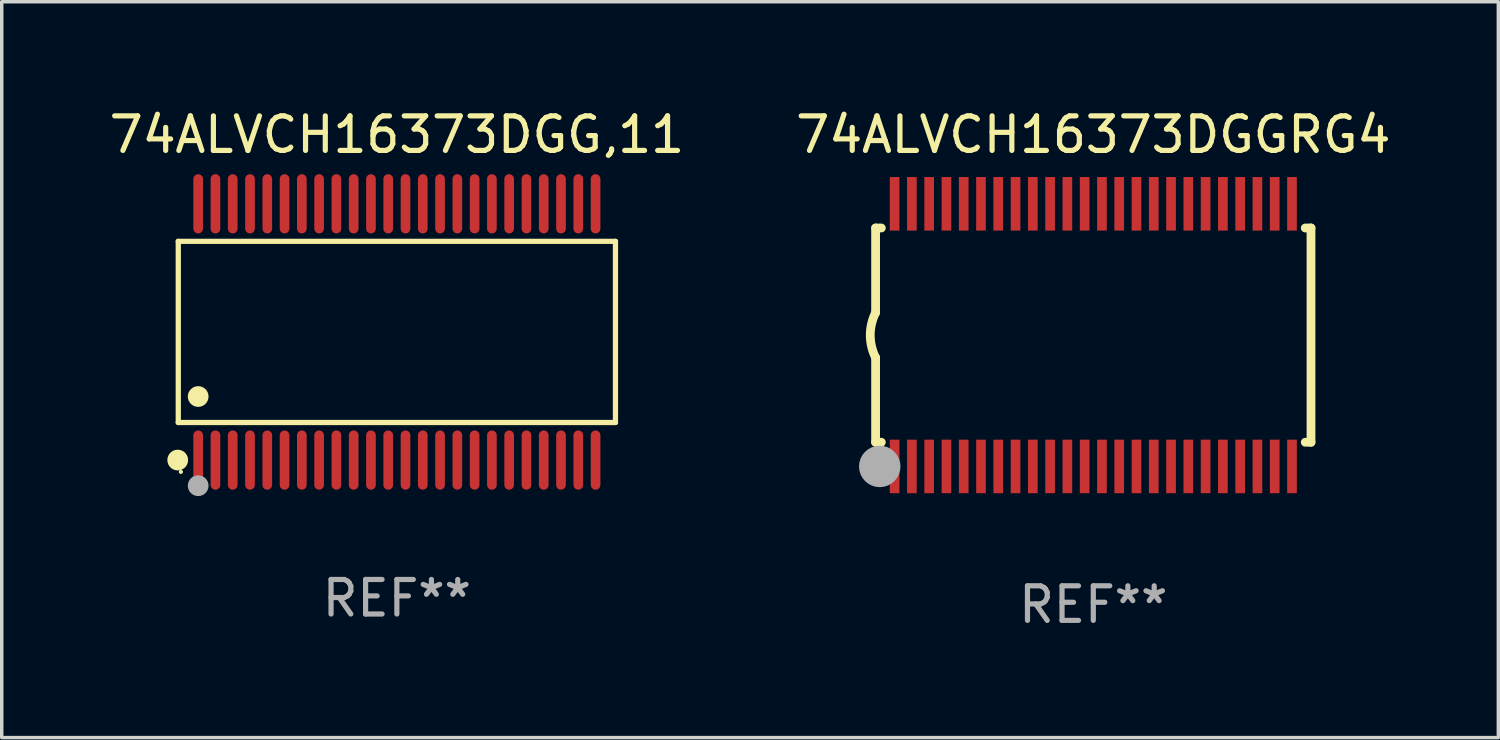
<source format=kicad_pcb>
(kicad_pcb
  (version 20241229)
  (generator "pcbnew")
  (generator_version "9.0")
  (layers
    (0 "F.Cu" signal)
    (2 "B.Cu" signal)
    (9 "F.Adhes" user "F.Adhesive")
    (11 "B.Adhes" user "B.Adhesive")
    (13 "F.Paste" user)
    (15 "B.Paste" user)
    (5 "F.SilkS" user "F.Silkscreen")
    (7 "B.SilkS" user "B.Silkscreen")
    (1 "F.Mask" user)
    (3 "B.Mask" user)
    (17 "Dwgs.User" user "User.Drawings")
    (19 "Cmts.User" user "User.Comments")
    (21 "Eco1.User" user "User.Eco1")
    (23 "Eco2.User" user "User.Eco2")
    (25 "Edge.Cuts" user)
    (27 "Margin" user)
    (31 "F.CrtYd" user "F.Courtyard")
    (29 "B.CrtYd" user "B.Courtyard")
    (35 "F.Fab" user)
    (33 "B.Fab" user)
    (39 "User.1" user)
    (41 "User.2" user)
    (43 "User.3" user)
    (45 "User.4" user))
  (footprint "74ALVCH16373DGGRG4"
    (layer "F.Cu")
    (at 28.589 6.648)
    (property "Reference" "74ALVCH16373DGGRG4" (at 0 -5.8 0) (layer "F.SilkS") (effects (font (size 1 1) (thickness 0.15))))
    (attr through_hole)
    (fp_line (start -6.3 -3.1) (end -6.3 -0.65) (stroke (width 0.254) (type solid)) (layer "F.SilkS"))
    (fp_line (start -6.3 -3.1) (end -6.134 -3.1) (stroke (width 0.254) (type solid)) (layer "F.SilkS"))
    (fp_line (start -6.3 3.1) (end -6.3 0.65) (stroke (width 0.254) (type solid)) (layer "F.SilkS"))
    (fp_line (start -6.3 3.1) (end -6.134 3.1) (stroke (width 0.254) (type solid)) (layer "F.SilkS"))
    (fp_line (start 6.134 -3.1) (end 6.3 -3.1) (stroke (width 0.254) (type solid)) (layer "F.SilkS"))
    (fp_line (start 6.134 3.1) (end 6.3 3.1) (stroke (width 0.254) (type solid)) (layer "F.SilkS"))
    (fp_line (start 6.3 -3.1) (end 6.3 3.1) (stroke (width 0.254) (type solid)) (layer "F.SilkS"))
    (fp_arc (start -6.301016 0.650114) (mid -6.45413 -0.000082) (end -6.3 -0.650038) (stroke (width 0.254001) (type solid)) (layer "F.SilkS"))
    (fp_circle (center -6.35 3.81) (end -6.223 3.81) (stroke (width 0.254) (type solid)) (fill no) (layer "F.SilkS"))
    (fp_circle (center -6.25 4.05) (end -6.22 4.05) (stroke (width 0.06) (type solid)) (fill no) (layer "F.SilkS"))
    (fp_circle (center -6.18 3.8) (end -5.88 3.8) (stroke (width 0.6) (type solid)) (fill no) (layer "F.Fab"))
    (fp_text user "REF**" (at 0 7.8 0) (layer "F.Fab") (effects (font (size 1 1) (thickness 0.15))))
    (pad "1" smd rect (at -5.75 3.8) (size 0.28 1.55) (layers "F.Cu" "F.Mask" "F.Paste"))
    (pad "2" smd rect (at -5.25 3.8) (size 0.28 1.55) (layers "F.Cu" "F.Mask" "F.Paste"))
    (pad "3" smd rect (at -4.75 3.8) (size 0.28 1.55) (layers "F.Cu" "F.Mask" "F.Paste"))
    (pad "4" smd rect (at -4.25 3.8) (size 0.28 1.55) (layers "F.Cu" "F.Mask" "F.Paste"))
    (pad "5" smd rect (at -3.75 3.8) (size 0.28 1.55) (layers "F.Cu" "F.Mask" "F.Paste"))
    (pad "6" smd rect (at -3.25 3.8) (size 0.28 1.55) (layers "F.Cu" "F.Mask" "F.Paste"))
    (pad "7" smd rect (at -2.75 3.8) (size 0.28 1.55) (layers "F.Cu" "F.Mask" "F.Paste"))
    (pad "8" smd rect (at -2.25 3.8) (size 0.28 1.55) (layers "F.Cu" "F.Mask" "F.Paste"))
    (pad "9" smd rect (at -1.75 3.8) (size 0.28 1.55) (layers "F.Cu" "F.Mask" "F.Paste"))
    (pad "10" smd rect (at -1.25 3.8) (size 0.28 1.55) (layers "F.Cu" "F.Mask" "F.Paste"))
    (pad "11" smd rect (at -0.75 3.8) (size 0.28 1.55) (layers "F.Cu" "F.Mask" "F.Paste"))
    (pad "12" smd rect (at -0.25 3.8) (size 0.28 1.55) (layers "F.Cu" "F.Mask" "F.Paste"))
    (pad "13" smd rect (at 0.25 3.8) (size 0.28 1.55) (layers "F.Cu" "F.Mask" "F.Paste"))
    (pad "14" smd rect (at 0.75 3.8) (size 0.28 1.55) (layers "F.Cu" "F.Mask" "F.Paste"))
    (pad "15" smd rect (at 1.25 3.8) (size 0.28 1.55) (layers "F.Cu" "F.Mask" "F.Paste"))
    (pad "16" smd rect (at 1.75 3.8) (size 0.28 1.55) (layers "F.Cu" "F.Mask" "F.Paste"))
    (pad "17" smd rect (at 2.25 3.8) (size 0.28 1.55) (layers "F.Cu" "F.Mask" "F.Paste"))
    (pad "18" smd rect (at 2.75 3.8) (size 0.28 1.55) (layers "F.Cu" "F.Mask" "F.Paste"))
    (pad "19" smd rect (at 3.25 3.8) (size 0.28 1.55) (layers "F.Cu" "F.Mask" "F.Paste"))
    (pad "20" smd rect (at 3.75 3.8) (size 0.28 1.55) (layers "F.Cu" "F.Mask" "F.Paste"))
    (pad "21" smd rect (at 4.25 3.8) (size 0.28 1.55) (layers "F.Cu" "F.Mask" "F.Paste"))
    (pad "22" smd rect (at 4.75 3.8) (size 0.28 1.55) (layers "F.Cu" "F.Mask" "F.Paste"))
    (pad "23" smd rect (at 5.25 3.8) (size 0.28 1.55) (layers "F.Cu" "F.Mask" "F.Paste"))
    (pad "24" smd rect (at 5.75 3.8) (size 0.28 1.55) (layers "F.Cu" "F.Mask" "F.Paste"))
    (pad "25" smd rect (at 5.75 -3.8) (size 0.28 1.55) (layers "F.Cu" "F.Mask" "F.Paste"))
    (pad "26" smd rect (at 5.25 -3.8) (size 0.28 1.55) (layers "F.Cu" "F.Mask" "F.Paste"))
    (pad "27" smd rect (at 4.75 -3.8) (size 0.28 1.55) (layers "F.Cu" "F.Mask" "F.Paste"))
    (pad "28" smd rect (at 4.25 -3.8) (size 0.28 1.55) (layers "F.Cu" "F.Mask" "F.Paste"))
    (pad "29" smd rect (at 3.75 -3.8) (size 0.28 1.55) (layers "F.Cu" "F.Mask" "F.Paste"))
    (pad "30" smd rect (at 3.25 -3.8) (size 0.28 1.55) (layers "F.Cu" "F.Mask" "F.Paste"))
    (pad "31" smd rect (at 2.75 -3.8) (size 0.28 1.55) (layers "F.Cu" "F.Mask" "F.Paste"))
    (pad "32" smd rect (at 2.25 -3.8) (size 0.28 1.55) (layers "F.Cu" "F.Mask" "F.Paste"))
    (pad "33" smd rect (at 1.75 -3.8) (size 0.28 1.55) (layers "F.Cu" "F.Mask" "F.Paste"))
    (pad "34" smd rect (at 1.25 -3.8) (size 0.28 1.55) (layers "F.Cu" "F.Mask" "F.Paste"))
    (pad "35" smd rect (at 0.75 -3.8) (size 0.28 1.55) (layers "F.Cu" "F.Mask" "F.Paste"))
    (pad "36" smd rect (at 0.25 -3.8) (size 0.28 1.55) (layers "F.Cu" "F.Mask" "F.Paste"))
    (pad "37" smd rect (at -0.25 -3.8) (size 0.28 1.55) (layers "F.Cu" "F.Mask" "F.Paste"))
    (pad "38" smd rect (at -0.75 -3.8) (size 0.28 1.55) (layers "F.Cu" "F.Mask" "F.Paste"))
    (pad "39" smd rect (at -1.25 -3.8) (size 0.28 1.55) (layers "F.Cu" "F.Mask" "F.Paste"))
    (pad "40" smd rect (at -1.75 -3.8) (size 0.28 1.55) (layers "F.Cu" "F.Mask" "F.Paste"))
    (pad "41" smd rect (at -2.25 -3.8) (size 0.28 1.55) (layers "F.Cu" "F.Mask" "F.Paste"))
    (pad "42" smd rect (at -2.75 -3.8) (size 0.28 1.55) (layers "F.Cu" "F.Mask" "F.Paste"))
    (pad "43" smd rect (at -3.25 -3.8) (size 0.28 1.55) (layers "F.Cu" "F.Mask" "F.Paste"))
    (pad "44" smd rect (at -3.75 -3.8) (size 0.28 1.55) (layers "F.Cu" "F.Mask" "F.Paste"))
    (pad "45" smd rect (at -4.25 -3.8) (size 0.28 1.55) (layers "F.Cu" "F.Mask" "F.Paste"))
    (pad "46" smd rect (at -4.75 -3.8) (size 0.28 1.55) (layers "F.Cu" "F.Mask" "F.Paste"))
    (pad "47" smd rect (at -5.25 -3.8) (size 0.28 1.55) (layers "F.Cu" "F.Mask" "F.Paste"))
    (pad "48" smd rect (at -5.75 -3.8) (size 0.28 1.55) (layers "F.Cu" "F.Mask" "F.Paste")))
  (footprint "74ALVCH16373DGG,11"
    (layer "F.Cu")
    (at 8.435 6.556)
    (property "Reference" "74ALVCH16373DGG,11" (at 0 -5.708 0) (layer "F.SilkS") (effects (font (size 1 1) (thickness 0.15))))
    (attr through_hole)
    (fp_line (start -6.326 -2.622) (end 6.326 -2.622) (stroke (width 0.152) (type solid)) (layer "F.SilkS"))
    (fp_line (start -6.326 2.621) (end -6.326 -2.622) (stroke (width 0.152) (type solid)) (layer "F.SilkS"))
    (fp_line (start 6.326 -2.622) (end 6.326 2.621) (stroke (width 0.152) (type solid)) (layer "F.SilkS"))
    (fp_line (start 6.326 2.621) (end -6.326 2.621) (stroke (width 0.152) (type solid)) (layer "F.SilkS"))
    (fp_circle (center -6.342 3.708) (end -6.192 3.708) (stroke (width 0.3) (type solid)) (fill no) (layer "F.SilkS"))
    (fp_circle (center -6.25 4.05) (end -6.22 4.05) (stroke (width 0.06) (type solid)) (fill no) (layer "F.SilkS"))
    (fp_circle (center -5.75 1.869) (end -5.6 1.869) (stroke (width 0.3) (type solid)) (fill no) (layer "F.SilkS"))
    (fp_circle (center -5.75 4.45) (end -5.6 4.45) (stroke (width 0.3) (type solid)) (fill no) (layer "F.Fab"))
    (fp_text user "REF**" (at 0 7.708 0) (layer "F.Fab") (effects (font (size 1 1) (thickness 0.15))))
    (pad "1" smd oval (at -5.75 3.708) (size 0.28 1.715) (layers "F.Cu" "F.Mask" "F.Paste"))
    (pad "2" smd oval (at -5.25 3.708) (size 0.28 1.715) (layers "F.Cu" "F.Mask" "F.Paste"))
    (pad "3" smd oval (at -4.75 3.708) (size 0.28 1.715) (layers "F.Cu" "F.Mask" "F.Paste"))
    (pad "4" smd oval (at -4.25 3.708) (size 0.28 1.715) (layers "F.Cu" "F.Mask" "F.Paste"))
    (pad "5" smd oval (at -3.75 3.708) (size 0.28 1.715) (layers "F.Cu" "F.Mask" "F.Paste"))
    (pad "6" smd oval (at -3.25 3.708) (size 0.28 1.715) (layers "F.Cu" "F.Mask" "F.Paste"))
    (pad "7" smd oval (at -2.75 3.708) (size 0.28 1.715) (layers "F.Cu" "F.Mask" "F.Paste"))
    (pad "8" smd oval (at -2.25 3.708) (size 0.28 1.715) (layers "F.Cu" "F.Mask" "F.Paste"))
    (pad "9" smd oval (at -1.75 3.708) (size 0.28 1.715) (layers "F.Cu" "F.Mask" "F.Paste"))
    (pad "10" smd oval (at -1.25 3.708) (size 0.28 1.715) (layers "F.Cu" "F.Mask" "F.Paste"))
    (pad "11" smd oval (at -0.75 3.708) (size 0.28 1.715) (layers "F.Cu" "F.Mask" "F.Paste"))
    (pad "12" smd oval (at -0.25 3.708) (size 0.28 1.715) (layers "F.Cu" "F.Mask" "F.Paste"))
    (pad "13" smd oval (at 0.25 3.708) (size 0.28 1.715) (layers "F.Cu" "F.Mask" "F.Paste"))
    (pad "14" smd oval (at 0.75 3.708) (size 0.28 1.715) (layers "F.Cu" "F.Mask" "F.Paste"))
    (pad "15" smd oval (at 1.25 3.708) (size 0.28 1.715) (layers "F.Cu" "F.Mask" "F.Paste"))
    (pad "16" smd oval (at 1.75 3.708) (size 0.28 1.715) (layers "F.Cu" "F.Mask" "F.Paste"))
    (pad "17" smd oval (at 2.25 3.708) (size 0.28 1.715) (layers "F.Cu" "F.Mask" "F.Paste"))
    (pad "18" smd oval (at 2.75 3.708) (size 0.28 1.715) (layers "F.Cu" "F.Mask" "F.Paste"))
    (pad "19" smd oval (at 3.25 3.708) (size 0.28 1.715) (layers "F.Cu" "F.Mask" "F.Paste"))
    (pad "20" smd oval (at 3.75 3.708) (size 0.28 1.715) (layers "F.Cu" "F.Mask" "F.Paste"))
    (pad "21" smd oval (at 4.25 3.708) (size 0.28 1.715) (layers "F.Cu" "F.Mask" "F.Paste"))
    (pad "22" smd oval (at 4.75 3.708) (size 0.28 1.715) (layers "F.Cu" "F.Mask" "F.Paste"))
    (pad "23" smd oval (at 5.25 3.708) (size 0.28 1.715) (layers "F.Cu" "F.Mask" "F.Paste"))
    (pad "24" smd oval (at 5.75 3.708) (size 0.28 1.715) (layers "F.Cu" "F.Mask" "F.Paste"))
    (pad "25" smd oval (at 5.75 -3.708) (size 0.28 1.715) (layers "F.Cu" "F.Mask" "F.Paste"))
    (pad "26" smd oval (at 5.25 -3.708) (size 0.28 1.715) (layers "F.Cu" "F.Mask" "F.Paste"))
    (pad "27" smd oval (at 4.75 -3.708) (size 0.28 1.715) (layers "F.Cu" "F.Mask" "F.Paste"))
    (pad "28" smd oval (at 4.25 -3.708) (size 0.28 1.715) (layers "F.Cu" "F.Mask" "F.Paste"))
    (pad "29" smd oval (at 3.75 -3.708) (size 0.28 1.715) (layers "F.Cu" "F.Mask" "F.Paste"))
    (pad "30" smd oval (at 3.25 -3.708) (size 0.28 1.715) (layers "F.Cu" "F.Mask" "F.Paste"))
    (pad "31" smd oval (at 2.75 -3.708) (size 0.28 1.715) (layers "F.Cu" "F.Mask" "F.Paste"))
    (pad "32" smd oval (at 2.25 -3.708) (size 0.28 1.715) (layers "F.Cu" "F.Mask" "F.Paste"))
    (pad "33" smd oval (at 1.75 -3.708) (size 0.28 1.715) (layers "F.Cu" "F.Mask" "F.Paste"))
    (pad "34" smd oval (at 1.25 -3.708) (size 0.28 1.715) (layers "F.Cu" "F.Mask" "F.Paste"))
    (pad "35" smd oval (at 0.75 -3.708) (size 0.28 1.715) (layers "F.Cu" "F.Mask" "F.Paste"))
    (pad "36" smd oval (at 0.25 -3.708) (size 0.28 1.715) (layers "F.Cu" "F.Mask" "F.Paste"))
    (pad "37" smd oval (at -0.25 -3.708) (size 0.28 1.715) (layers "F.Cu" "F.Mask" "F.Paste"))
    (pad "38" smd oval (at -0.75 -3.708) (size 0.28 1.715) (layers "F.Cu" "F.Mask" "F.Paste"))
    (pad "39" smd oval (at -1.25 -3.708) (size 0.28 1.715) (layers "F.Cu" "F.Mask" "F.Paste"))
    (pad "40" smd oval (at -1.75 -3.708) (size 0.28 1.715) (layers "F.Cu" "F.Mask" "F.Paste"))
    (pad "41" smd oval (at -2.25 -3.708) (size 0.28 1.715) (layers "F.Cu" "F.Mask" "F.Paste"))
    (pad "42" smd oval (at -2.75 -3.708) (size 0.28 1.715) (layers "F.Cu" "F.Mask" "F.Paste"))
    (pad "43" smd oval (at -3.25 -3.708) (size 0.28 1.715) (layers "F.Cu" "F.Mask" "F.Paste"))
    (pad "44" smd oval (at -3.75 -3.708) (size 0.28 1.715) (layers "F.Cu" "F.Mask" "F.Paste"))
    (pad "45" smd oval (at -4.25 -3.708) (size 0.28 1.715) (layers "F.Cu" "F.Mask" "F.Paste"))
    (pad "46" smd oval (at -4.75 -3.708) (size 0.28 1.715) (layers "F.Cu" "F.Mask" "F.Paste"))
    (pad "47" smd oval (at -5.25 -3.708) (size 0.28 1.715) (layers "F.Cu" "F.Mask" "F.Paste"))
    (pad "48" smd oval (at -5.75 -3.708) (size 0.28 1.715) (layers "F.Cu" "F.Mask" "F.Paste")))
  (gr_rect
    (start -3 -3)
    (end 40.31 18.296)
    (stroke (width 0.1) (type default))
    (fill no)
    (layer "Edge.Cuts")))
</source>
